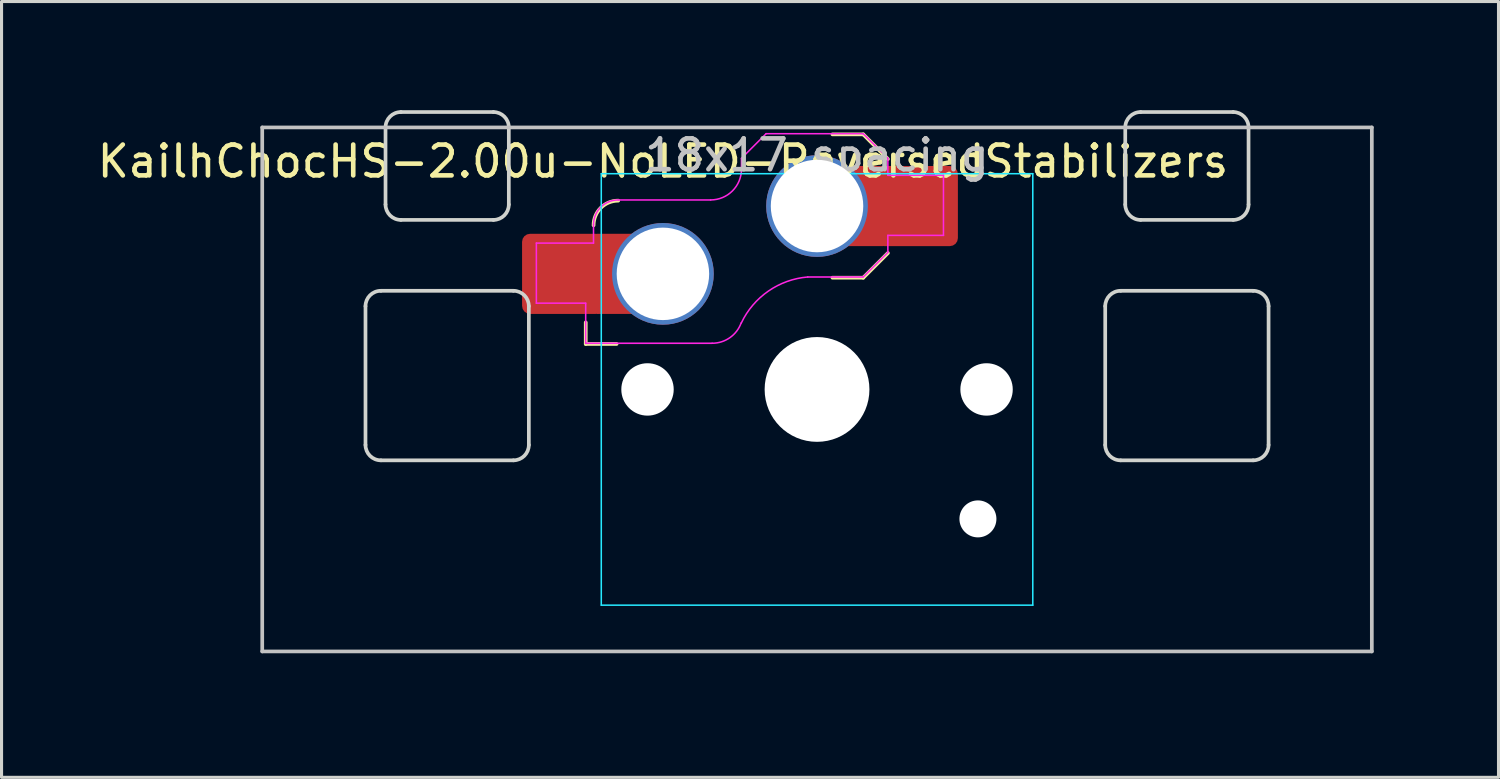
<source format=kicad_pcb>
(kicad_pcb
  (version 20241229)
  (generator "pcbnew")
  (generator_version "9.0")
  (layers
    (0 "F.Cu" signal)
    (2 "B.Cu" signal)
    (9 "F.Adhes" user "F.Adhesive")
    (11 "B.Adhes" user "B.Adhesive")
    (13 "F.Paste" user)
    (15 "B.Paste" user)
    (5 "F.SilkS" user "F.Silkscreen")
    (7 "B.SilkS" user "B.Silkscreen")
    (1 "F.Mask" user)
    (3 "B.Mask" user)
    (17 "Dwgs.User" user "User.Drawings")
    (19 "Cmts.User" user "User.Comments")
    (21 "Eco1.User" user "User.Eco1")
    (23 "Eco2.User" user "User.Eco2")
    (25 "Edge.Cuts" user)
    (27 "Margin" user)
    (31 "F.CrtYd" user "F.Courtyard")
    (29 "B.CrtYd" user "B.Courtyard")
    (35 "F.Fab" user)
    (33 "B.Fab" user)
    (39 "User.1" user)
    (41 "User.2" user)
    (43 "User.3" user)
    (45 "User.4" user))
  (footprint "KailhChocHS-2.00u-NoLED-ReversedStabilizers"
    (layer "F.Cu")
    (at 23.458 9.585)
    (property "Reference" "KailhChocHS-2.00u-NoLED-ReversedStabilizers" (at -5 -7.4 0) (layer "F.SilkS") (effects (font (size 1 1) (thickness 0.15))))
    (attr smd)
    (fp_line (start -7.504 -1.475) (end -7.504 -2.175) (stroke (width 0.12) (type solid)) (layer "F.SilkS"))
    (fp_line (start -7.504 -1.475) (end -6.504 -1.475) (stroke (width 0.12) (type solid)) (layer "F.SilkS"))
    (fp_line (start 1.5 -8.275) (end 0.5 -8.275) (stroke (width 0.12) (type solid)) (layer "F.SilkS"))
    (fp_line (start 1.5 -3.625) (end 0.5 -3.625) (stroke (width 0.12) (type solid)) (layer "F.SilkS"))
    (fp_line (start 1.5 -3.625) (end 2.3 -4.425) (stroke (width 0.12) (type solid)) (layer "F.SilkS"))
    (fp_line (start 2.3 -7.475) (end 1.5 -8.275) (stroke (width 0.12) (type solid)) (layer "F.SilkS"))
    (fp_arc (start -7.25 -5.325) (mid -7.015685 -5.890685) (end -6.45 -6.125) (stroke (width 0.12) (type solid)) (layer "F.SilkS"))
    (fp_line (start -18 -8.5) (end -18 8.5) (stroke (width 0.12) (type solid)) (layer "Dwgs.User"))
    (fp_line (start -18 8.5) (end 18 8.5) (stroke (width 0.12) (type solid)) (layer "Dwgs.User"))
    (fp_line (start 18 -8.5) (end -18 -8.5) (stroke (width 0.12) (type solid)) (layer "Dwgs.User"))
    (fp_line (start 18 8.5) (end 18 -8.5) (stroke (width 0.12) (type solid)) (layer "Dwgs.User"))
    (fp_line (start -19.05 -9.525) (end 19.05 -9.525) (stroke (width 0.12) (type solid)) (layer "Eco1.User"))
    (fp_line (start -19.05 9.525) (end -19.05 -9.525) (stroke (width 0.12) (type solid)) (layer "Eco1.User"))
    (fp_line (start 19.05 -9.525) (end 19.05 9.525) (stroke (width 0.12) (type solid)) (layer "Eco1.User"))
    (fp_line (start 19.05 9.525) (end -19.05 9.525) (stroke (width 0.12) (type solid)) (layer "Eco1.User"))
    (fp_line (start -15.15 2.55) (end -15.15 -3.3) (stroke (width 0.05) (type solid)) (layer "Eco2.User"))
    (fp_line (start -14.65 -3.8) (end -14.3 -3.8) (stroke (width 0.05) (type solid)) (layer "Eco2.User"))
    (fp_line (start -14.65 3.05) (end -9.35 3.05) (stroke (width 0.05) (type solid)) (layer "Eco2.User"))
    (fp_line (start -13.8 -4.3) (end -13.8 -7.95) (stroke (width 0.05) (type solid)) (layer "Eco2.User"))
    (fp_line (start -13.3 -8.45) (end -10.7 -8.45) (stroke (width 0.05) (type solid)) (layer "Eco2.User"))
    (fp_line (start -10.2 -4.3) (end -10.2 -7.95) (stroke (width 0.05) (type solid)) (layer "Eco2.User"))
    (fp_line (start -9.35 -3.8) (end -9.7 -3.8) (stroke (width 0.05) (type solid)) (layer "Eco2.User"))
    (fp_line (start -8.85 2.55) (end -8.85 -3.3) (stroke (width 0.05) (type solid)) (layer "Eco2.User"))
    (fp_line (start -6.95 -6.45) (end -6.95 6.45) (stroke (width 0.05) (type solid)) (layer "Eco2.User"))
    (fp_line (start -6.45 6.95) (end 6.45 6.95) (stroke (width 0.05) (type solid)) (layer "Eco2.User"))
    (fp_line (start 6.45 -6.95) (end -6.45 -6.95) (stroke (width 0.05) (type solid)) (layer "Eco2.User"))
    (fp_line (start 6.95 6.45) (end 6.95 -6.45) (stroke (width 0.05) (type solid)) (layer "Eco2.User"))
    (fp_line (start 8.85 2.55) (end 8.85 -3.3) (stroke (width 0.05) (type solid)) (layer "Eco2.User"))
    (fp_line (start 9.35 -3.8) (end 9.7 -3.8) (stroke (width 0.05) (type solid)) (layer "Eco2.User"))
    (fp_line (start 10.2 -4.3) (end 10.2 -7.95) (stroke (width 0.05) (type solid)) (layer "Eco2.User"))
    (fp_line (start 13.3 -8.45) (end 10.7 -8.45) (stroke (width 0.05) (type solid)) (layer "Eco2.User"))
    (fp_line (start 13.8 -4.3) (end 13.8 -7.95) (stroke (width 0.05) (type solid)) (layer "Eco2.User"))
    (fp_line (start 14.65 -3.8) (end 14.3 -3.8) (stroke (width 0.05) (type solid)) (layer "Eco2.User"))
    (fp_line (start 14.65 3.05) (end 9.35 3.05) (stroke (width 0.05) (type solid)) (layer "Eco2.User"))
    (fp_line (start 15.15 2.55) (end 15.15 -3.3) (stroke (width 0.05) (type solid)) (layer "Eco2.User"))
    (fp_arc (start -15.15 -3.3) (mid -15.003553 -3.653553) (end -14.65 -3.8) (stroke (width 0.05) (type solid)) (layer "Eco2.User"))
    (fp_arc (start -14.65 3.05) (mid -15.003553 2.903553) (end -15.15 2.55) (stroke (width 0.05) (type solid)) (layer "Eco2.User"))
    (fp_arc (start -13.8 -7.95) (mid -13.653553 -8.303553) (end -13.3 -8.45) (stroke (width 0.05) (type solid)) (layer "Eco2.User"))
    (fp_arc (start -13.8 -4.3) (mid -13.946447 -3.946447) (end -14.3 -3.8) (stroke (width 0.05) (type solid)) (layer "Eco2.User"))
    (fp_arc (start -10.7 -8.45) (mid -10.346447 -8.303553) (end -10.2 -7.95) (stroke (width 0.05) (type solid)) (layer "Eco2.User"))
    (fp_arc (start -9.7 -3.8) (mid -10.053553 -3.946447) (end -10.2 -4.3) (stroke (width 0.05) (type solid)) (layer "Eco2.User"))
    (fp_arc (start -9.35 -3.8) (mid -8.996447 -3.653553) (end -8.85 -3.3) (stroke (width 0.05) (type solid)) (layer "Eco2.User"))
    (fp_arc (start -8.85 2.55) (mid -8.996447 2.903553) (end -9.35 3.05) (stroke (width 0.05) (type solid)) (layer "Eco2.User"))
    (fp_arc (start -6.95 -6.45) (mid -6.803553 -6.803553) (end -6.45 -6.95) (stroke (width 0.05) (type solid)) (layer "Eco2.User"))
    (fp_arc (start -6.45 6.95) (mid -6.803553 6.803553) (end -6.95 6.45) (stroke (width 0.05) (type solid)) (layer "Eco2.User"))
    (fp_arc (start 6.45 -6.95) (mid 6.803553 -6.803553) (end 6.95 -6.45) (stroke (width 0.05) (type solid)) (layer "Eco2.User"))
    (fp_arc (start 6.95 6.45) (mid 6.803553 6.803553) (end 6.45 6.95) (stroke (width 0.05) (type solid)) (layer "Eco2.User"))
    (fp_arc (start 8.85 -3.3) (mid 8.996447 -3.653553) (end 9.35 -3.8) (stroke (width 0.05) (type solid)) (layer "Eco2.User"))
    (fp_arc (start 9.35 3.05) (mid 8.996447 2.903553) (end 8.85 2.55) (stroke (width 0.05) (type solid)) (layer "Eco2.User"))
    (fp_arc (start 10.2 -7.95) (mid 10.346447 -8.303553) (end 10.7 -8.45) (stroke (width 0.05) (type solid)) (layer "Eco2.User"))
    (fp_arc (start 10.2 -4.3) (mid 10.053553 -3.946447) (end 9.7 -3.8) (stroke (width 0.05) (type solid)) (layer "Eco2.User"))
    (fp_arc (start 13.3 -8.45) (mid 13.653553 -8.303553) (end 13.8 -7.95) (stroke (width 0.05) (type solid)) (layer "Eco2.User"))
    (fp_arc (start 14.3 -3.8) (mid 13.946447 -3.946447) (end 13.8 -4.3) (stroke (width 0.05) (type solid)) (layer "Eco2.User"))
    (fp_arc (start 14.65 -3.8) (mid 15.003553 -3.653553) (end 15.15 -3.3) (stroke (width 0.05) (type solid)) (layer "Eco2.User"))
    (fp_arc (start 15.15 2.55) (mid 15.003553 2.903553) (end 14.65 3.05) (stroke (width 0.05) (type solid)) (layer "Eco2.User"))
    (fp_line (start -14.65 1.8) (end -14.65 -2.7) (stroke (width 0.12) (type solid)) (layer "Edge.Cuts"))
    (fp_line (start -14.15 -3.2) (end -9.85 -3.2) (stroke (width 0.12) (type solid)) (layer "Edge.Cuts"))
    (fp_line (start -14.15 2.3) (end -9.85 2.3) (stroke (width 0.12) (type solid)) (layer "Edge.Cuts"))
    (fp_line (start -14 -6) (end -14 -8.5) (stroke (width 0.12) (type solid)) (layer "Edge.Cuts"))
    (fp_line (start -13.5 -9) (end -10.5 -9) (stroke (width 0.12) (type solid)) (layer "Edge.Cuts"))
    (fp_line (start -13.5 -5.5) (end -10.5 -5.5) (stroke (width 0.12) (type solid)) (layer "Edge.Cuts"))
    (fp_line (start -10 -6) (end -10 -8.5) (stroke (width 0.12) (type solid)) (layer "Edge.Cuts"))
    (fp_line (start -9.35 1.8) (end -9.35 -2.7) (stroke (width 0.12) (type solid)) (layer "Edge.Cuts"))
    (fp_line (start 9.35 1.8) (end 9.35 -2.7) (stroke (width 0.12) (type solid)) (layer "Edge.Cuts"))
    (fp_line (start 10 -6) (end 10 -8.5) (stroke (width 0.12) (type solid)) (layer "Edge.Cuts"))
    (fp_line (start 13.5 -9) (end 10.5 -9) (stroke (width 0.12) (type solid)) (layer "Edge.Cuts"))
    (fp_line (start 13.5 -5.5) (end 10.5 -5.5) (stroke (width 0.12) (type solid)) (layer "Edge.Cuts"))
    (fp_line (start 14 -6) (end 14 -8.5) (stroke (width 0.12) (type solid)) (layer "Edge.Cuts"))
    (fp_line (start 14.15 -3.2) (end 9.85 -3.2) (stroke (width 0.12) (type solid)) (layer "Edge.Cuts"))
    (fp_line (start 14.15 2.3) (end 9.85 2.3) (stroke (width 0.12) (type solid)) (layer "Edge.Cuts"))
    (fp_line (start 14.65 1.8) (end 14.65 -2.7) (stroke (width 0.12) (type solid)) (layer "Edge.Cuts"))
    (fp_arc (start -14.65 -2.7) (mid -14.503553 -3.053553) (end -14.15 -3.2) (stroke (width 0.12) (type solid)) (layer "Edge.Cuts"))
    (fp_arc (start -14.15 2.3) (mid -14.503553 2.153553) (end -14.65 1.8) (stroke (width 0.12) (type solid)) (layer "Edge.Cuts"))
    (fp_arc (start -14 -8.5) (mid -13.853553 -8.853553) (end -13.5 -9) (stroke (width 0.12) (type solid)) (layer "Edge.Cuts"))
    (fp_arc (start -13.5 -5.5) (mid -13.853553 -5.646447) (end -14 -6) (stroke (width 0.12) (type solid)) (layer "Edge.Cuts"))
    (fp_arc (start -10.5 -9) (mid -10.146447 -8.853553) (end -10 -8.5) (stroke (width 0.12) (type solid)) (layer "Edge.Cuts"))
    (fp_arc (start -10 -6) (mid -10.146447 -5.646447) (end -10.5 -5.5) (stroke (width 0.12) (type solid)) (layer "Edge.Cuts"))
    (fp_arc (start -9.85 -3.2) (mid -9.496447 -3.053553) (end -9.35 -2.7) (stroke (width 0.12) (type solid)) (layer "Edge.Cuts"))
    (fp_arc (start -9.35 1.8) (mid -9.496447 2.153553) (end -9.85 2.3) (stroke (width 0.12) (type solid)) (layer "Edge.Cuts"))
    (fp_arc (start 9.35 -2.7) (mid 9.496447 -3.053553) (end 9.85 -3.2) (stroke (width 0.12) (type solid)) (layer "Edge.Cuts"))
    (fp_arc (start 9.85 2.3) (mid 9.496447 2.153553) (end 9.35 1.8) (stroke (width 0.12) (type solid)) (layer "Edge.Cuts"))
    (fp_arc (start 10 -8.5) (mid 10.146447 -8.853553) (end 10.5 -9) (stroke (width 0.12) (type solid)) (layer "Edge.Cuts"))
    (fp_arc (start 10.5 -5.5) (mid 10.146447 -5.646447) (end 10 -6) (stroke (width 0.12) (type solid)) (layer "Edge.Cuts"))
    (fp_arc (start 13.5 -9) (mid 13.853553 -8.853553) (end 14 -8.5) (stroke (width 0.12) (type solid)) (layer "Edge.Cuts"))
    (fp_arc (start 14 -6) (mid 13.853553 -5.646447) (end 13.5 -5.5) (stroke (width 0.12) (type solid)) (layer "Edge.Cuts"))
    (fp_arc (start 14.15 -3.2) (mid 14.503553 -3.053553) (end 14.65 -2.7) (stroke (width 0.12) (type solid)) (layer "Edge.Cuts"))
    (fp_arc (start 14.65 1.8) (mid 14.503553 2.153553) (end 14.15 2.3) (stroke (width 0.12) (type solid)) (layer "Edge.Cuts"))
    (fp_line (start -7 -7) (end -7 7) (stroke (width 0.05) (type solid)) (layer "B.CrtYd"))
    (fp_line (start -7 7) (end 7 7) (stroke (width 0.05) (type solid)) (layer "B.CrtYd"))
    (fp_line (start 7 -7) (end -7 -7) (stroke (width 0.05) (type solid)) (layer "B.CrtYd"))
    (fp_line (start 7 7) (end 7 -7) (stroke (width 0.05) (type solid)) (layer "B.CrtYd"))
    (fp_line (start -9.106 -4.748) (end -9.106 -2.798) (stroke (width 0.05) (type solid)) (layer "F.CrtYd"))
    (fp_line (start -9.106 -2.798) (end -7.506 -2.798) (stroke (width 0.05) (type solid)) (layer "F.CrtYd"))
    (fp_line (start -7.506 -2.198) (end -7.506 -2.798) (stroke (width 0.05) (type solid)) (layer "F.CrtYd"))
    (fp_line (start -7.506 -1.498) (end -7.506 -2.198) (stroke (width 0.05) (type solid)) (layer "F.CrtYd"))
    (fp_line (start -7.506 -1.498) (end -3.402 -1.498) (stroke (width 0.05) (type solid)) (layer "F.CrtYd"))
    (fp_line (start -7.252 -5.348) (end -7.252 -4.748) (stroke (width 0.05) (type solid)) (layer "F.CrtYd"))
    (fp_line (start -7.252 -4.748) (end -9.106 -4.748) (stroke (width 0.05) (type solid)) (layer "F.CrtYd"))
    (fp_line (start -3.452 -6.148) (end -6.452 -6.148) (stroke (width 0.05) (type solid)) (layer "F.CrtYd"))
    (fp_line (start -2.452 -7.498) (end -2.452 -7.148) (stroke (width 0.05) (type solid)) (layer "F.CrtYd"))
    (fp_line (start -2.452 -7.498) (end -1.652 -8.298) (stroke (width 0.05) (type solid)) (layer "F.CrtYd"))
    (fp_line (start 1.498 -8.298) (end -1.652 -8.298) (stroke (width 0.05) (type solid)) (layer "F.CrtYd"))
    (fp_line (start 1.498 -3.648) (end -0.302 -3.648) (stroke (width 0.05) (type solid)) (layer "F.CrtYd"))
    (fp_line (start 1.498 -3.648) (end 2.298 -4.448) (stroke (width 0.05) (type solid)) (layer "F.CrtYd"))
    (fp_line (start 2.298 -7.498) (end 1.498 -8.298) (stroke (width 0.05) (type solid)) (layer "F.CrtYd"))
    (fp_line (start 2.298 -7.498) (end 2.298 -6.948) (stroke (width 0.05) (type solid)) (layer "F.CrtYd"))
    (fp_line (start 2.298 -4.998) (end 2.298 -4.448) (stroke (width 0.05) (type solid)) (layer "F.CrtYd"))
    (fp_line (start 4.102 -6.948) (end 2.298 -6.948) (stroke (width 0.05) (type solid)) (layer "F.CrtYd"))
    (fp_line (start 4.102 -4.998) (end 2.298 -4.998) (stroke (width 0.05) (type solid)) (layer "F.CrtYd"))
    (fp_line (start 4.102 -4.998) (end 4.102 -6.948) (stroke (width 0.05) (type solid)) (layer "F.CrtYd"))
    (fp_arc (start -7.251501 -5.348389) (mid -7.017186 -5.914074) (end -6.451501 -6.148389) (stroke (width 0.05) (type solid)) (layer "F.CrtYd"))
    (fp_arc (start -2.461808 -2.156369) (mid -2.827924 -1.679237) (end -3.401501 -1.498389) (stroke (width 0.05) (type solid)) (layer "F.CrtYd"))
    (fp_arc (start -2.456945 -2.156319) (mid -1.578773 -3.190624) (end -0.3015 -3.648388) (stroke (width 0.05) (type solid)) (layer "F.CrtYd"))
    (fp_arc (start -2.451501 -7.148389) (mid -2.744394 -6.441282) (end -3.451501 -6.148389) (stroke (width 0.05) (type solid)) (layer "F.CrtYd"))
    (fp_rect (start -17.5 -8.75) (end 17.5 8.75) (stroke (width 0.12) (type solid)) (fill no) (layer "User.8"))
    (fp_text user "18x17 spacing" (at 0 -7.6 180) (layer "Dwgs.User") (effects (font (size 1 1) (thickness 0.15))))
    (fp_text user "19.05 spacing" (at 0 -8.7 180) (layer "Eco1.User") (effects (font (size 1 1) (thickness 0.15))))
    (fp_text user "17.5x17.5 spacing" (at 0 -8 180) (layer "User.8") (effects (font (size 1 1) (thickness 0.15))))
    (pad "" np_thru_hole circle (at -5.5 0) (size 1.7 1.7) (drill 1.7) (layers "*.Cu" "*.Mask"))
    (pad "" np_thru_hole circle (at 0 0) (size 3.4 3.4) (drill 3.4) (layers "*.Cu" "*.Mask"))
    (pad "" np_thru_hole circle (at 5.22 4.2) (size 1.2 1.2) (drill 1.2) (layers "*.Cu" "*.Mask"))
    (pad "" np_thru_hole circle (at 5.5 0) (size 1.7 1.7) (drill 1.7) (layers "*.Cu" "*.Mask"))
    (pad "1" smd roundrect (at -8.245 -3.75 180) (size 2.65 2.6) (layers "F.Cu" "F.Mask" "F.Paste") (roundrect_rratio 0.1))
    (pad "1" smd rect (at -6.55 -3.75 180) (size 1.2 2.6) (layers "F.Cu"))
    (pad "1" thru_hole circle (at -5 -3.75 180) (size 3.3 3.3) (drill 3) (layers "*.Cu" "F.Mask"))
    (pad "2" thru_hole circle (at 0 -5.95 180) (size 3.3 3.3) (drill 3) (layers "*.Cu" "F.Mask"))
    (pad "2" smd rect (at 1.55 -5.95) (size 1.2 2.6) (layers "F.Cu"))
    (pad "2" smd roundrect (at 3.245 -5.95 180) (size 2.65 2.6) (layers "F.Cu" "F.Mask" "F.Paste") (roundrect_rratio 0.1)))
  (gr_rect
    (start -3 -3)
    (end 45.568 22.17)
    (stroke (width 0.1) (type default))
    (fill no)
    (layer "Edge.Cuts")))
</source>
